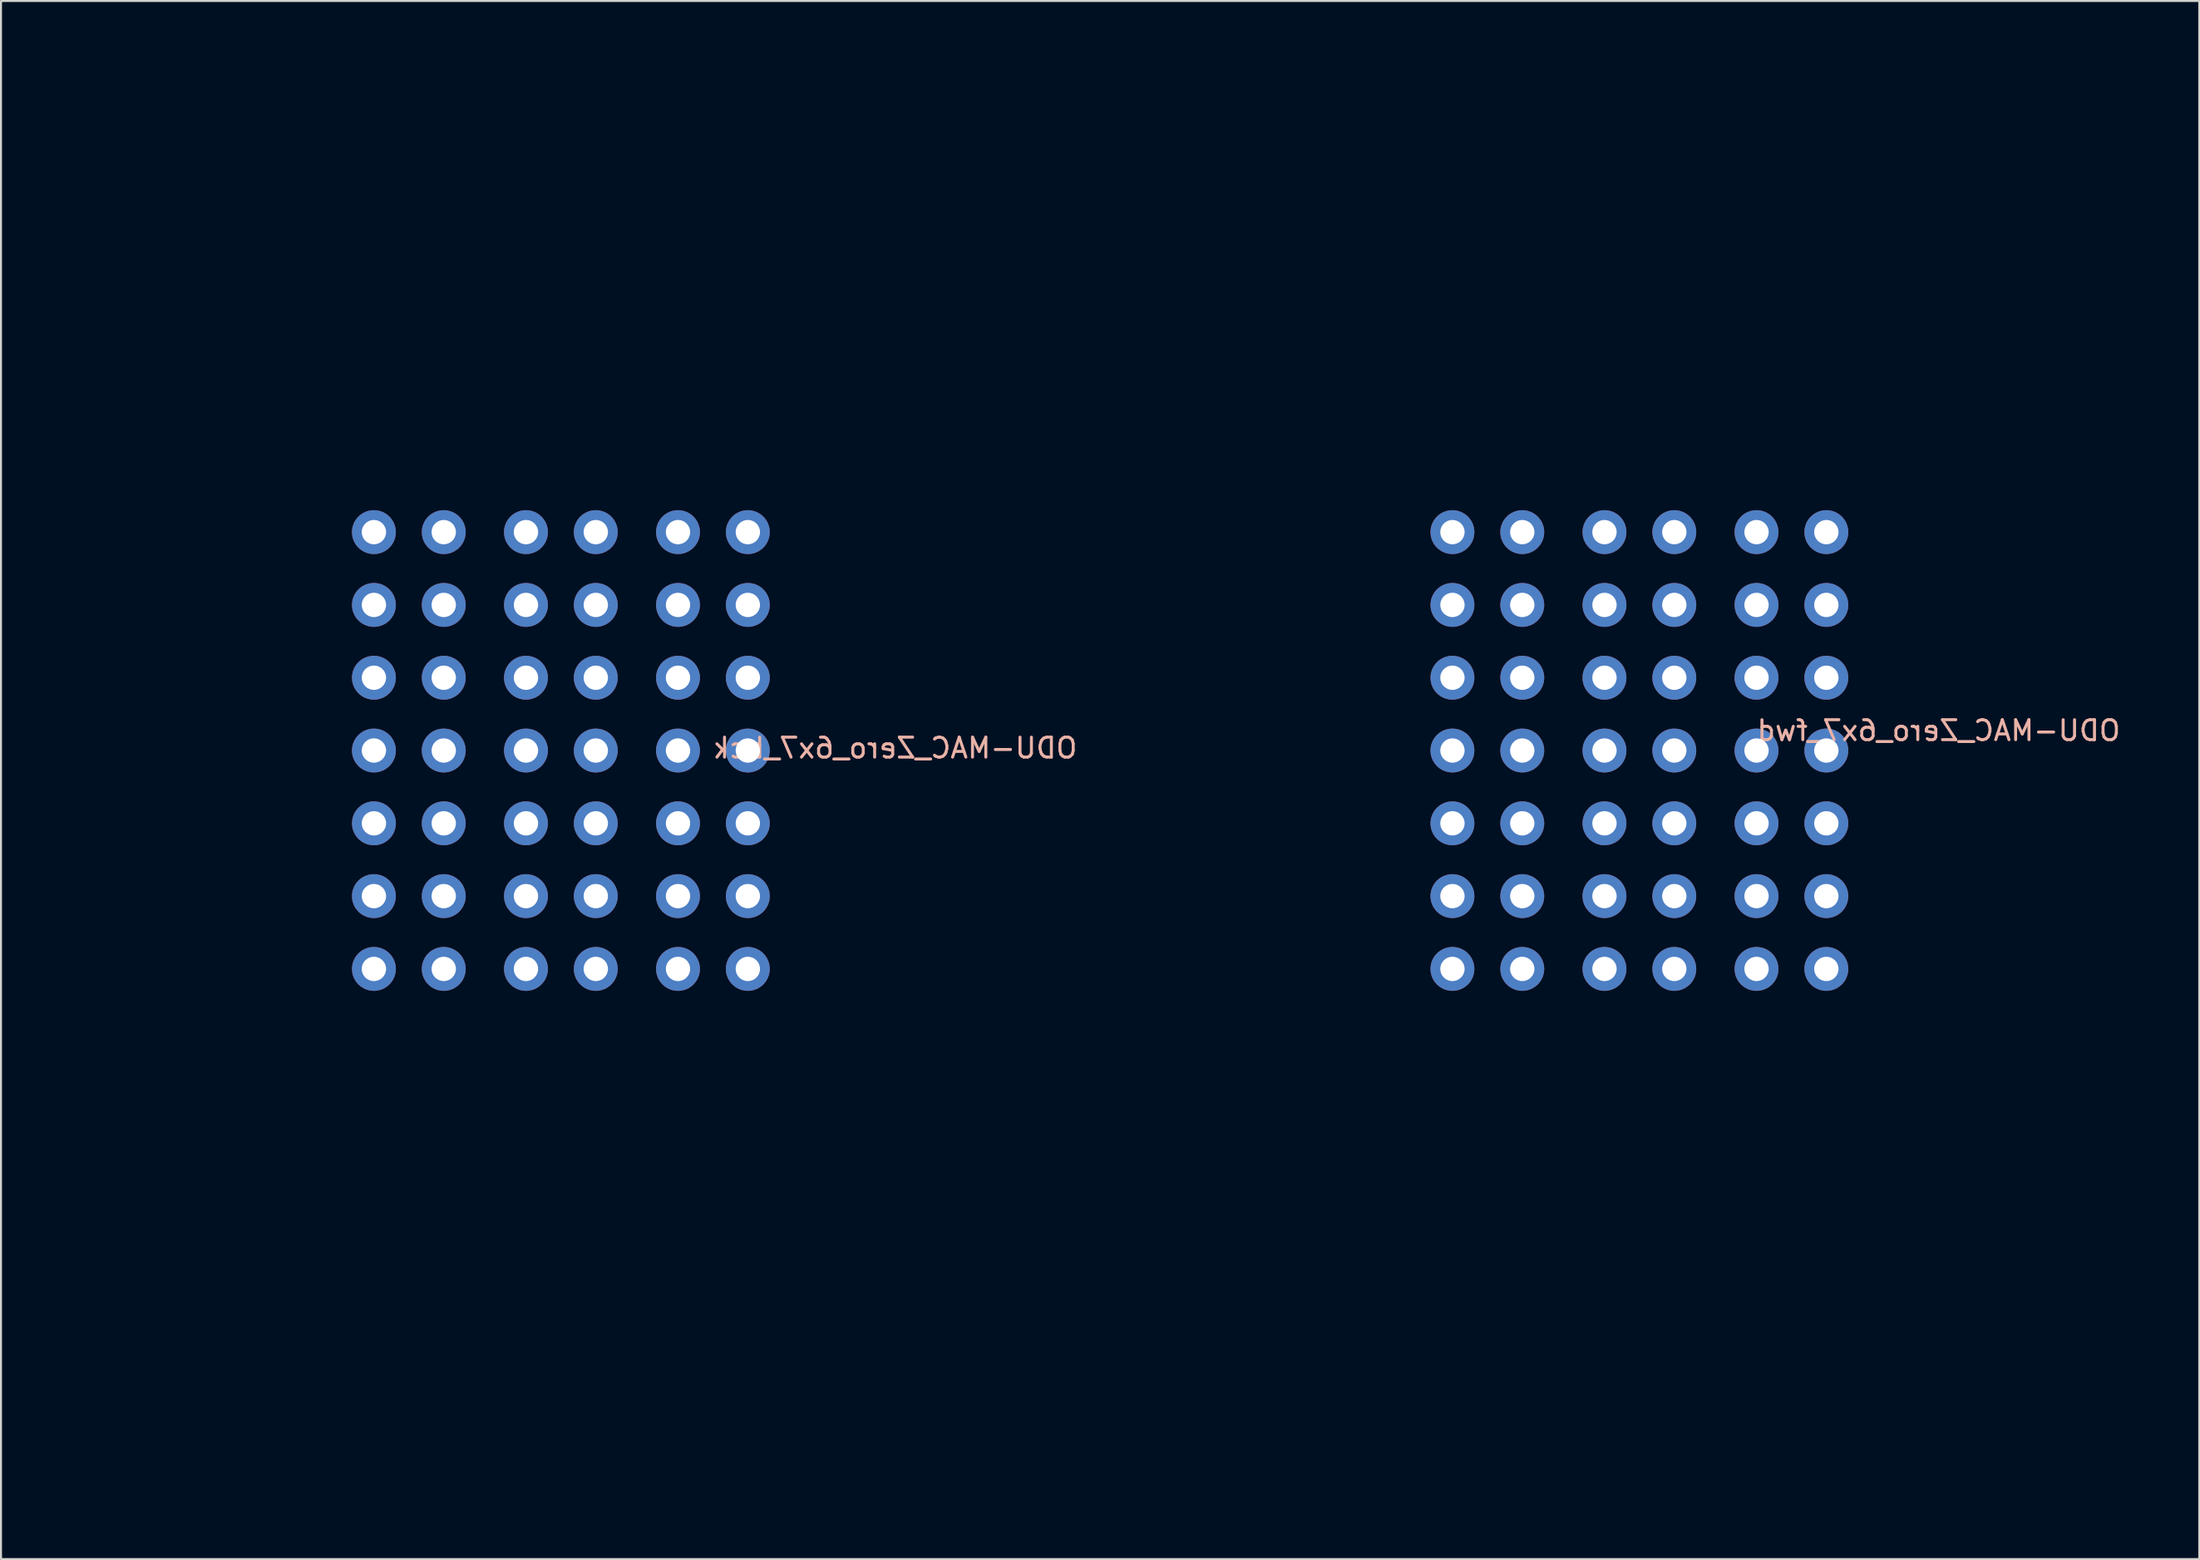
<source format=kicad_pcb>
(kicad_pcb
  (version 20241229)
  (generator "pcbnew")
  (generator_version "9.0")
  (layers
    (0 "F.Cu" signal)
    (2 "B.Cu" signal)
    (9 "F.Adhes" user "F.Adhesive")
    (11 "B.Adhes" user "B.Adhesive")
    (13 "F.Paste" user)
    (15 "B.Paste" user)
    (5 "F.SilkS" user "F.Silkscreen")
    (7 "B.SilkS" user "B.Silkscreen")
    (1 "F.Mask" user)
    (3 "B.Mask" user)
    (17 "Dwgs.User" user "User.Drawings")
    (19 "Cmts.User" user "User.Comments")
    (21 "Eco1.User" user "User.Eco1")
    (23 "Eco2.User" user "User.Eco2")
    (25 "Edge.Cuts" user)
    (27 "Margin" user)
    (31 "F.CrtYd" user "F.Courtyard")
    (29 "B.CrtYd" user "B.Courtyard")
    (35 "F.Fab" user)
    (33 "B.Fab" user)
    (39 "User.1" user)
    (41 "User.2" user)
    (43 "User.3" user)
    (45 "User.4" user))
  (footprint "ODU-MAC_Zero_6x7_fwd"
    (layer "F.Cu")
    (at 79.114 34.58)
    (property "Reference" "ODU-MAC_Zero_6x7_fwd" (at 15 -1 0) (layer "B.SilkS") (effects (font (size 1 1) (thickness 0.15)) (justify mirror)))
    (attr through_hole)
    (fp_line (start -25 -34.52) (end -25 37.48) (stroke (width 0.12) (type solid)) (layer "Eco1.User"))
    (fp_line (start -25 37.48) (end 25 37.48) (stroke (width 0.12) (type solid)) (layer "Eco1.User"))
    (fp_line (start 25 -34.52) (end -25 -34.52) (stroke (width 0.12) (type solid)) (layer "Eco1.User"))
    (fp_line (start 25 37.48) (end 25 -34.52) (stroke (width 0.12) (type solid)) (layer "Eco1.User"))
    (fp_circle (center -20 -29.52) (end -17.9 -29.52) (stroke (width 0.12) (type solid)) (fill no) (layer "Eco1.User"))
    (fp_circle (center -20 32.48) (end -17.9 32.48) (stroke (width 0.12) (type solid)) (fill no) (layer "Eco1.User"))
    (fp_circle (center 20 -29.52) (end 22.1 -29.52) (stroke (width 0.12) (type solid)) (fill no) (layer "Eco1.User"))
    (fp_circle (center 20 32.48) (end 22.1 32.48) (stroke (width 0.12) (type solid)) (fill no) (layer "Eco1.User"))
    (fp_text user "Flat bottom" (at 0 16 0) (layer "Eco1.User") (effects (font (size 1 1) (thickness 0.15))))
    (fp_text user "Holes are @ part center" (at -8.3 -24.5 0) (layer "Eco1.User") (effects (font (size 1 1) (thickness 0.05)) (justify left)))
    (fp_text user "+/- 20 mm X,-29.52 mm +32.48 mm Y" (at 0 -22.8 0) (layer "Eco1.User") (effects (font (size 1 1) (thickness 0.05))))
    (fp_text user "Rounded top" (at 0 -17 0) (layer "Eco1.User") (effects (font (size 1 1) (thickness 0.15))))
    (pad "1" thru_hole circle (at -9.37 -10.95) (size 2.2 2.2) (drill 1.22) (layers "*.Cu" "*.Mask"))
    (pad "2" thru_hole circle (at -5.87 -10.95) (size 2.2 2.2) (drill 1.22) (layers "*.Cu" "*.Mask"))
    (pad "3" thru_hole circle (at -9.37 -7.3) (size 2.2 2.2) (drill 1.22) (layers "*.Cu" "*.Mask"))
    (pad "4" thru_hole circle (at -5.87 -7.3) (size 2.2 2.2) (drill 1.22) (layers "*.Cu" "*.Mask"))
    (pad "5" thru_hole circle (at -9.37 -3.65) (size 2.2 2.2) (drill 1.22) (layers "*.Cu" "*.Mask"))
    (pad "6" thru_hole circle (at -5.87 -3.65) (size 2.2 2.2) (drill 1.22) (layers "*.Cu" "*.Mask"))
    (pad "7" thru_hole circle (at -9.37 0) (size 2.2 2.2) (drill 1.22) (layers "*.Cu" "*.Mask"))
    (pad "8" thru_hole circle (at -5.87 0) (size 2.2 2.2) (drill 1.22) (layers "*.Cu" "*.Mask"))
    (pad "9" thru_hole circle (at -9.37 3.65) (size 2.2 2.2) (drill 1.22) (layers "*.Cu" "*.Mask"))
    (pad "10" thru_hole circle (at -5.87 3.65) (size 2.2 2.2) (drill 1.22) (layers "*.Cu" "*.Mask"))
    (pad "11" thru_hole circle (at -9.37 7.3) (size 2.2 2.2) (drill 1.22) (layers "*.Cu" "*.Mask"))
    (pad "12" thru_hole circle (at -5.87 7.3) (size 2.2 2.2) (drill 1.22) (layers "*.Cu" "*.Mask"))
    (pad "13" thru_hole circle (at -9.37 10.95) (size 2.2 2.2) (drill 1.22) (layers "*.Cu" "*.Mask"))
    (pad "14" thru_hole circle (at -5.87 10.95) (size 2.2 2.2) (drill 1.22) (layers "*.Cu" "*.Mask"))
    (pad "15" thru_hole circle (at -1.75 -10.95) (size 2.2 2.2) (drill 1.22) (layers "*.Cu" "*.Mask"))
    (pad "16" thru_hole circle (at 1.75 -10.95) (size 2.2 2.2) (drill 1.22) (layers "*.Cu" "*.Mask"))
    (pad "17" thru_hole circle (at -1.75 -7.3) (size 2.2 2.2) (drill 1.22) (layers "*.Cu" "*.Mask"))
    (pad "18" thru_hole circle (at 1.75 -7.3) (size 2.2 2.2) (drill 1.22) (layers "*.Cu" "*.Mask"))
    (pad "19" thru_hole circle (at -1.75 -3.65) (size 2.2 2.2) (drill 1.22) (layers "*.Cu" "*.Mask"))
    (pad "20" thru_hole circle (at 1.75 -3.65) (size 2.2 2.2) (drill 1.22) (layers "*.Cu" "*.Mask"))
    (pad "21" thru_hole circle (at -1.75 0) (size 2.2 2.2) (drill 1.22) (layers "*.Cu" "*.Mask"))
    (pad "22" thru_hole circle (at 1.75 0) (size 2.2 2.2) (drill 1.22) (layers "*.Cu" "*.Mask"))
    (pad "23" thru_hole circle (at -1.75 3.65) (size 2.2 2.2) (drill 1.22) (layers "*.Cu" "*.Mask"))
    (pad "24" thru_hole circle (at 1.75 3.65) (size 2.2 2.2) (drill 1.22) (layers "*.Cu" "*.Mask"))
    (pad "25" thru_hole circle (at -1.75 7.3) (size 2.2 2.2) (drill 1.22) (layers "*.Cu" "*.Mask"))
    (pad "26" thru_hole circle (at 1.75 7.3) (size 2.2 2.2) (drill 1.22) (layers "*.Cu" "*.Mask"))
    (pad "27" thru_hole circle (at -1.75 10.95) (size 2.2 2.2) (drill 1.22) (layers "*.Cu" "*.Mask"))
    (pad "28" thru_hole circle (at 1.75 10.95) (size 2.2 2.2) (drill 1.22) (layers "*.Cu" "*.Mask"))
    (pad "29" thru_hole circle (at 5.87 -10.95) (size 2.2 2.2) (drill 1.22) (layers "*.Cu" "*.Mask"))
    (pad "30" thru_hole circle (at 9.37 -10.95) (size 2.2 2.2) (drill 1.22) (layers "*.Cu" "*.Mask"))
    (pad "31" thru_hole circle (at 5.87 -7.3) (size 2.2 2.2) (drill 1.22) (layers "*.Cu" "*.Mask"))
    (pad "32" thru_hole circle (at 9.37 -7.3) (size 2.2 2.2) (drill 1.22) (layers "*.Cu" "*.Mask"))
    (pad "33" thru_hole circle (at 5.87 -3.65) (size 2.2 2.2) (drill 1.22) (layers "*.Cu" "*.Mask"))
    (pad "34" thru_hole circle (at 9.37 -3.65) (size 2.2 2.2) (drill 1.22) (layers "*.Cu" "*.Mask"))
    (pad "35" thru_hole circle (at 5.87 0) (size 2.2 2.2) (drill 1.22) (layers "*.Cu" "*.Mask"))
    (pad "36" thru_hole circle (at 9.37 0) (size 2.2 2.2) (drill 1.22) (layers "*.Cu" "*.Mask"))
    (pad "37" thru_hole circle (at 5.87 3.65) (size 2.2 2.2) (drill 1.22) (layers "*.Cu" "*.Mask"))
    (pad "38" thru_hole circle (at 9.37 3.65) (size 2.2 2.2) (drill 1.22) (layers "*.Cu" "*.Mask"))
    (pad "39" thru_hole circle (at 5.87 7.3) (size 2.2 2.2) (drill 1.22) (layers "*.Cu" "*.Mask"))
    (pad "40" thru_hole circle (at 9.37 7.3) (size 2.2 2.2) (drill 1.22) (layers "*.Cu" "*.Mask"))
    (pad "41" thru_hole circle (at 5.87 10.95) (size 2.2 2.2) (drill 1.22) (layers "*.Cu" "*.Mask"))
    (pad "42" thru_hole circle (at 9.37 10.95) (size 2.2 2.2) (drill 1.22) (layers "*.Cu" "*.Mask")))
  (footprint "ODU-MAC_Zero_6x7_bck"
    (layer "F.Cu")
    (at 25.06 34.58)
    (property "Reference" "ODU-MAC_Zero_6x7_bck" (at 16.75 -0.125 0) (layer "B.SilkS") (effects (font (size 1 1) (thickness 0.15)) (justify mirror)))
    (attr through_hole)
    (fp_line (start -25 -34.52) (end -25 37.48) (stroke (width 0.12) (type solid)) (layer "Eco1.User"))
    (fp_line (start -25 37.48) (end 25 37.48) (stroke (width 0.12) (type solid)) (layer "Eco1.User"))
    (fp_line (start 25 -34.52) (end -25 -34.52) (stroke (width 0.12) (type solid)) (layer "Eco1.User"))
    (fp_line (start 25 37.48) (end 25 -34.52) (stroke (width 0.12) (type solid)) (layer "Eco1.User"))
    (fp_circle (center -20 -29.52) (end -17.9 -29.52) (stroke (width 0.12) (type solid)) (fill no) (layer "Eco1.User"))
    (fp_circle (center -20 32.48) (end -17.9 32.48) (stroke (width 0.12) (type solid)) (fill no) (layer "Eco1.User"))
    (fp_circle (center 20 -29.52) (end 22.1 -29.52) (stroke (width 0.12) (type solid)) (fill no) (layer "Eco1.User"))
    (fp_circle (center 20 32.48) (end 22.1 32.48) (stroke (width 0.12) (type solid)) (fill no) (layer "Eco1.User"))
    (fp_text user "Flat bottom" (at 0 16 0) (layer "Eco1.User") (effects (font (size 1 1) (thickness 0.15))))
    (fp_text user "+/- 20 mm X,-29.52 mm +32.48 mm Y" (at 0 -22.8 0) (layer "Eco1.User") (effects (font (size 1 1) (thickness 0.05))))
    (fp_text user "Rounded top" (at 0 -17 0) (layer "Eco1.User") (effects (font (size 1 1) (thickness 0.15))))
    (fp_text user "Holes are @ part center" (at -8.3 -24.5 0) (layer "Eco1.User") (effects (font (size 1 1) (thickness 0.05)) (justify left)))
    (pad "1" thru_hole circle (at -9.37 -10.95) (size 2.2 2.2) (drill 1.22) (layers "*.Cu" "*.Mask"))
    (pad "2" thru_hole circle (at -5.87 -10.95) (size 2.2 2.2) (drill 1.22) (layers "*.Cu" "*.Mask"))
    (pad "3" thru_hole circle (at -9.37 -7.3) (size 2.2 2.2) (drill 1.22) (layers "*.Cu" "*.Mask"))
    (pad "4" thru_hole circle (at -5.87 -7.3) (size 2.2 2.2) (drill 1.22) (layers "*.Cu" "*.Mask"))
    (pad "5" thru_hole circle (at -9.37 -3.65) (size 2.2 2.2) (drill 1.22) (layers "*.Cu" "*.Mask"))
    (pad "6" thru_hole circle (at -5.87 -3.65) (size 2.2 2.2) (drill 1.22) (layers "*.Cu" "*.Mask"))
    (pad "7" thru_hole circle (at -9.37 0) (size 2.2 2.2) (drill 1.22) (layers "*.Cu" "*.Mask"))
    (pad "8" thru_hole circle (at -5.87 0) (size 2.2 2.2) (drill 1.22) (layers "*.Cu" "*.Mask"))
    (pad "9" thru_hole circle (at -9.37 3.65) (size 2.2 2.2) (drill 1.22) (layers "*.Cu" "*.Mask"))
    (pad "10" thru_hole circle (at -5.87 3.65) (size 2.2 2.2) (drill 1.22) (layers "*.Cu" "*.Mask"))
    (pad "11" thru_hole circle (at -9.37 7.3) (size 2.2 2.2) (drill 1.22) (layers "*.Cu" "*.Mask"))
    (pad "12" thru_hole circle (at -5.87 7.3) (size 2.2 2.2) (drill 1.22) (layers "*.Cu" "*.Mask"))
    (pad "13" thru_hole circle (at -9.37 10.95) (size 2.2 2.2) (drill 1.22) (layers "*.Cu" "*.Mask"))
    (pad "14" thru_hole circle (at -5.87 10.95) (size 2.2 2.2) (drill 1.22) (layers "*.Cu" "*.Mask"))
    (pad "15" thru_hole circle (at -1.75 -10.95) (size 2.2 2.2) (drill 1.22) (layers "*.Cu" "*.Mask"))
    (pad "16" thru_hole circle (at 1.75 -10.95) (size 2.2 2.2) (drill 1.22) (layers "*.Cu" "*.Mask"))
    (pad "17" thru_hole circle (at -1.75 -7.3) (size 2.2 2.2) (drill 1.22) (layers "*.Cu" "*.Mask"))
    (pad "18" thru_hole circle (at 1.75 -7.3) (size 2.2 2.2) (drill 1.22) (layers "*.Cu" "*.Mask"))
    (pad "19" thru_hole circle (at -1.75 -3.65) (size 2.2 2.2) (drill 1.22) (layers "*.Cu" "*.Mask"))
    (pad "20" thru_hole circle (at 1.75 -3.65) (size 2.2 2.2) (drill 1.22) (layers "*.Cu" "*.Mask"))
    (pad "21" thru_hole circle (at -1.75 0) (size 2.2 2.2) (drill 1.22) (layers "*.Cu" "*.Mask"))
    (pad "22" thru_hole circle (at 1.75 0) (size 2.2 2.2) (drill 1.22) (layers "*.Cu" "*.Mask"))
    (pad "23" thru_hole circle (at -1.75 3.65) (size 2.2 2.2) (drill 1.22) (layers "*.Cu" "*.Mask"))
    (pad "24" thru_hole circle (at 1.75 3.65) (size 2.2 2.2) (drill 1.22) (layers "*.Cu" "*.Mask"))
    (pad "25" thru_hole circle (at -1.75 7.3) (size 2.2 2.2) (drill 1.22) (layers "*.Cu" "*.Mask"))
    (pad "26" thru_hole circle (at 1.75 7.3) (size 2.2 2.2) (drill 1.22) (layers "*.Cu" "*.Mask"))
    (pad "27" thru_hole circle (at -1.75 10.95) (size 2.2 2.2) (drill 1.22) (layers "*.Cu" "*.Mask"))
    (pad "28" thru_hole circle (at 1.75 10.95) (size 2.2 2.2) (drill 1.22) (layers "*.Cu" "*.Mask"))
    (pad "29" thru_hole circle (at 5.87 -10.95) (size 2.2 2.2) (drill 1.22) (layers "*.Cu" "*.Mask"))
    (pad "30" thru_hole circle (at 9.37 -10.95) (size 2.2 2.2) (drill 1.22) (layers "*.Cu" "*.Mask"))
    (pad "31" thru_hole circle (at 5.87 -7.3) (size 2.2 2.2) (drill 1.22) (layers "*.Cu" "*.Mask"))
    (pad "32" thru_hole circle (at 9.37 -7.3) (size 2.2 2.2) (drill 1.22) (layers "*.Cu" "*.Mask"))
    (pad "33" thru_hole circle (at 5.87 -3.65) (size 2.2 2.2) (drill 1.22) (layers "*.Cu" "*.Mask"))
    (pad "34" thru_hole circle (at 9.37 -3.65) (size 2.2 2.2) (drill 1.22) (layers "*.Cu" "*.Mask"))
    (pad "35" thru_hole circle (at 5.87 0) (size 2.2 2.2) (drill 1.22) (layers "*.Cu" "*.Mask"))
    (pad "36" thru_hole circle (at 9.37 0) (size 2.2 2.2) (drill 1.22) (layers "*.Cu" "*.Mask"))
    (pad "37" thru_hole circle (at 5.87 3.65) (size 2.2 2.2) (drill 1.22) (layers "*.Cu" "*.Mask"))
    (pad "38" thru_hole circle (at 9.37 3.65) (size 2.2 2.2) (drill 1.22) (layers "*.Cu" "*.Mask"))
    (pad "39" thru_hole circle (at 5.87 7.3) (size 2.2 2.2) (drill 1.22) (layers "*.Cu" "*.Mask"))
    (pad "40" thru_hole circle (at 9.37 7.3) (size 2.2 2.2) (drill 1.22) (layers "*.Cu" "*.Mask"))
    (pad "41" thru_hole circle (at 5.87 10.95) (size 2.2 2.2) (drill 1.22) (layers "*.Cu" "*.Mask"))
    (pad "42" thru_hole circle (at 9.37 10.95) (size 2.2 2.2) (drill 1.22) (layers "*.Cu" "*.Mask")))
  (gr_rect
    (start -3 -3)
    (end 107.174 75.12)
    (stroke (width 0.1) (type default))
    (fill no)
    (layer "Edge.Cuts")))
</source>
